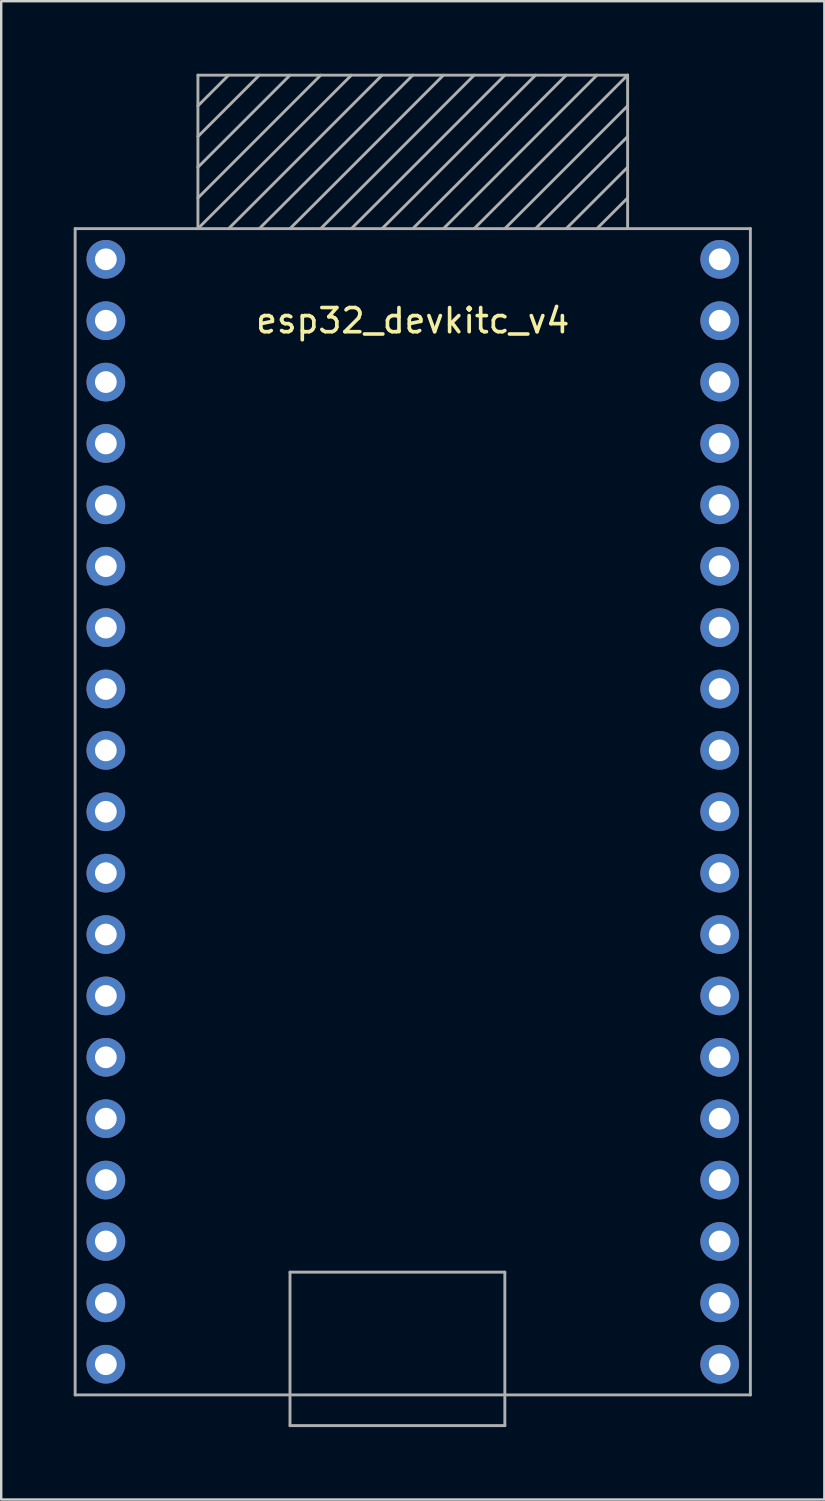
<source format=kicad_pcb>
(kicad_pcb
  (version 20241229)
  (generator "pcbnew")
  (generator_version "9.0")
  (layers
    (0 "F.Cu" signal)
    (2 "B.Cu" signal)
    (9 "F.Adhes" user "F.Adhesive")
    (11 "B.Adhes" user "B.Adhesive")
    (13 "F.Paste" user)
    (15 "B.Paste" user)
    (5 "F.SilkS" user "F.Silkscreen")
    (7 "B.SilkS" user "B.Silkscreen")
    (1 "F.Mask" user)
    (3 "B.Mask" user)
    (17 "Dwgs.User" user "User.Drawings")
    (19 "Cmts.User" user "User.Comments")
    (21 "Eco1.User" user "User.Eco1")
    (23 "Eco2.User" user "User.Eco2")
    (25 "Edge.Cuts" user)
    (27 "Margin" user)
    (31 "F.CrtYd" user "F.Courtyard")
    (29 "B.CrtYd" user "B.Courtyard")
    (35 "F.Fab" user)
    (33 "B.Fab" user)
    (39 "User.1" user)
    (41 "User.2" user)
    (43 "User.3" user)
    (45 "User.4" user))
  (footprint "esp32_devkitc_v4"
    (layer "F.Cu")
    (at 14.03 7.68)
    (property "Reference" "esp32_devkitc_v4" (at 0 2.54 0) (layer "F.SilkS") (effects (font (size 1 1) (thickness 0.15))))
    (attr through_hole)
    (fp_line (start -13.97 -1.27) (end 13.97 -1.27) (stroke (width 0.12) (type solid)) (layer "F.Fab"))
    (fp_line (start -13.97 46.99) (end -13.97 -1.27) (stroke (width 0.12) (type solid)) (layer "F.Fab"))
    (fp_line (start -8.89 -7.62) (end 8.89 -7.62) (stroke (width 0.12) (type solid)) (layer "F.Fab"))
    (fp_line (start -8.89 -1.27) (end -8.89 -7.62) (stroke (width 0.12) (type solid)) (layer "F.Fab"))
    (fp_line (start -7.62 -7.62) (end -8.89 -6.35) (stroke (width 0.12) (type solid)) (layer "F.Fab"))
    (fp_line (start -6.35 -7.62) (end -8.89 -5.08) (stroke (width 0.12) (type solid)) (layer "F.Fab"))
    (fp_line (start -5.08 -7.62) (end -8.89 -3.81) (stroke (width 0.12) (type solid)) (layer "F.Fab"))
    (fp_line (start -5.08 41.91) (end -5.08 48.26) (stroke (width 0.12) (type solid)) (layer "F.Fab"))
    (fp_line (start -5.08 48.26) (end 3.81 48.26) (stroke (width 0.12) (type solid)) (layer "F.Fab"))
    (fp_line (start -3.81 -7.62) (end -8.89 -2.54) (stroke (width 0.12) (type solid)) (layer "F.Fab"))
    (fp_line (start -2.54 -7.62) (end -8.89 -1.27) (stroke (width 0.12) (type solid)) (layer "F.Fab"))
    (fp_line (start -1.27 -7.62) (end -7.62 -1.27) (stroke (width 0.12) (type solid)) (layer "F.Fab"))
    (fp_line (start 0 -7.62) (end -6.35 -1.27) (stroke (width 0.12) (type solid)) (layer "F.Fab"))
    (fp_line (start 1.27 -7.62) (end -5.08 -1.27) (stroke (width 0.12) (type solid)) (layer "F.Fab"))
    (fp_line (start 2.54 -7.62) (end -3.81 -1.27) (stroke (width 0.12) (type solid)) (layer "F.Fab"))
    (fp_line (start 3.81 -7.62) (end -2.54 -1.27) (stroke (width 0.12) (type solid)) (layer "F.Fab"))
    (fp_line (start 3.81 41.91) (end -5.08 41.91) (stroke (width 0.12) (type solid)) (layer "F.Fab"))
    (fp_line (start 3.81 48.26) (end 3.81 41.91) (stroke (width 0.12) (type solid)) (layer "F.Fab"))
    (fp_line (start 5.08 -7.62) (end -1.27 -1.27) (stroke (width 0.12) (type solid)) (layer "F.Fab"))
    (fp_line (start 6.35 -7.62) (end 0 -1.27) (stroke (width 0.12) (type solid)) (layer "F.Fab"))
    (fp_line (start 7.62 -7.62) (end 1.27 -1.27) (stroke (width 0.12) (type solid)) (layer "F.Fab"))
    (fp_line (start 8.89 -7.62) (end 2.54 -1.27) (stroke (width 0.12) (type solid)) (layer "F.Fab"))
    (fp_line (start 8.89 -7.62) (end 8.89 -1.27) (stroke (width 0.12) (type solid)) (layer "F.Fab"))
    (fp_line (start 8.89 -6.35) (end 3.81 -1.27) (stroke (width 0.12) (type solid)) (layer "F.Fab"))
    (fp_line (start 8.89 -5.08) (end 5.08 -1.27) (stroke (width 0.12) (type solid)) (layer "F.Fab"))
    (fp_line (start 8.89 -3.81) (end 6.35 -1.27) (stroke (width 0.12) (type solid)) (layer "F.Fab"))
    (fp_line (start 8.89 -2.54) (end 7.62 -1.27) (stroke (width 0.12) (type solid)) (layer "F.Fab"))
    (fp_line (start 13.97 -1.27) (end 13.97 46.99) (stroke (width 0.12) (type solid)) (layer "F.Fab"))
    (fp_line (start 13.97 46.99) (end -13.97 46.99) (stroke (width 0.12) (type solid)) (layer "F.Fab"))
    (pad "1" thru_hole circle (at -12.7 0) (size 1.6 1.6) (drill 0.9) (layers "*.Cu" "*.Mask"))
    (pad "2" thru_hole circle (at -12.7 2.54) (size 1.6 1.6) (drill 0.9) (layers "*.Cu" "*.Mask"))
    (pad "3" thru_hole circle (at -12.7 5.08) (size 1.6 1.6) (drill 0.9) (layers "*.Cu" "*.Mask"))
    (pad "4" thru_hole circle (at -12.7 7.62) (size 1.6 1.6) (drill 0.9) (layers "*.Cu" "*.Mask"))
    (pad "5" thru_hole circle (at -12.7 10.16) (size 1.6 1.6) (drill 0.9) (layers "*.Cu" "*.Mask"))
    (pad "6" thru_hole circle (at -12.7 12.7) (size 1.6 1.6) (drill 0.9) (layers "*.Cu" "*.Mask"))
    (pad "7" thru_hole circle (at -12.7 15.24) (size 1.6 1.6) (drill 0.9) (layers "*.Cu" "*.Mask"))
    (pad "8" thru_hole circle (at -12.7 17.78) (size 1.6 1.6) (drill 0.9) (layers "*.Cu" "*.Mask"))
    (pad "9" thru_hole circle (at -12.7 20.32) (size 1.6 1.6) (drill 0.9) (layers "*.Cu" "*.Mask"))
    (pad "10" thru_hole circle (at -12.7 22.86) (size 1.6 1.6) (drill 0.9) (layers "*.Cu" "*.Mask"))
    (pad "11" thru_hole circle (at -12.7 25.4) (size 1.6 1.6) (drill 0.9) (layers "*.Cu" "*.Mask"))
    (pad "12" thru_hole circle (at -12.7 27.94) (size 1.6 1.6) (drill 0.9) (layers "*.Cu" "*.Mask"))
    (pad "13" thru_hole circle (at -12.7 30.48) (size 1.6 1.6) (drill 0.9) (layers "*.Cu" "*.Mask"))
    (pad "14" thru_hole circle (at -12.7 33.02) (size 1.6 1.6) (drill 0.9) (layers "*.Cu" "*.Mask"))
    (pad "15" thru_hole circle (at -12.7 35.56) (size 1.6 1.6) (drill 0.9) (layers "*.Cu" "*.Mask"))
    (pad "16" thru_hole circle (at -12.7 38.1) (size 1.6 1.6) (drill 0.9) (layers "*.Cu" "*.Mask"))
    (pad "17" thru_hole circle (at -12.7 40.64) (size 1.6 1.6) (drill 0.9) (layers "*.Cu" "*.Mask"))
    (pad "18" thru_hole circle (at -12.7 43.18) (size 1.6 1.6) (drill 0.9) (layers "*.Cu" "*.Mask"))
    (pad "19" thru_hole circle (at -12.7 45.72) (size 1.6 1.6) (drill 0.9) (layers "*.Cu" "*.Mask"))
    (pad "20" thru_hole circle (at 12.7 45.72) (size 1.6 1.6) (drill 0.9) (layers "*.Cu" "*.Mask"))
    (pad "21" thru_hole circle (at 12.7 43.18) (size 1.6 1.6) (drill 0.9) (layers "*.Cu" "*.Mask"))
    (pad "22" thru_hole circle (at 12.7 40.64) (size 1.6 1.6) (drill 0.9) (layers "*.Cu" "*.Mask"))
    (pad "23" thru_hole circle (at 12.7 38.1) (size 1.6 1.6) (drill 0.9) (layers "*.Cu" "*.Mask"))
    (pad "24" thru_hole circle (at 12.7 35.56) (size 1.6 1.6) (drill 0.9) (layers "*.Cu" "*.Mask"))
    (pad "25" thru_hole circle (at 12.7 33.02) (size 1.6 1.6) (drill 0.9) (layers "*.Cu" "*.Mask"))
    (pad "26" thru_hole circle (at 12.7 30.48) (size 1.6 1.6) (drill 0.9) (layers "*.Cu" "*.Mask"))
    (pad "27" thru_hole circle (at 12.7 27.94) (size 1.6 1.6) (drill 0.9) (layers "*.Cu" "*.Mask"))
    (pad "28" thru_hole circle (at 12.7 25.4) (size 1.6 1.6) (drill 0.9) (layers "*.Cu" "*.Mask"))
    (pad "29" thru_hole circle (at 12.7 22.86) (size 1.6 1.6) (drill 0.9) (layers "*.Cu" "*.Mask"))
    (pad "30" thru_hole circle (at 12.7 20.32) (size 1.6 1.6) (drill 0.9) (layers "*.Cu" "*.Mask"))
    (pad "31" thru_hole circle (at 12.7 17.78) (size 1.6 1.6) (drill 0.9) (layers "*.Cu" "*.Mask"))
    (pad "32" thru_hole circle (at 12.7 15.24) (size 1.6 1.6) (drill 0.9) (layers "*.Cu" "*.Mask"))
    (pad "33" thru_hole circle (at 12.7 12.7) (size 1.6 1.6) (drill 0.9) (layers "*.Cu" "*.Mask"))
    (pad "34" thru_hole circle (at 12.7 10.16) (size 1.6 1.6) (drill 0.9) (layers "*.Cu" "*.Mask"))
    (pad "35" thru_hole circle (at 12.7 7.62) (size 1.6 1.6) (drill 0.9) (layers "*.Cu" "*.Mask"))
    (pad "36" thru_hole circle (at 12.7 5.08) (size 1.6 1.6) (drill 0.9) (layers "*.Cu" "*.Mask"))
    (pad "37" thru_hole circle (at 12.7 2.54) (size 1.6 1.6) (drill 0.9) (layers "*.Cu" "*.Mask"))
    (pad "38" thru_hole circle (at 12.7 0) (size 1.6 1.6) (drill 0.9) (layers "*.Cu" "*.Mask")))
  (gr_rect
    (start -3 -3)
    (end 31.06 59)
    (stroke (width 0.1) (type default))
    (fill no)
    (layer "Edge.Cuts")))
</source>
